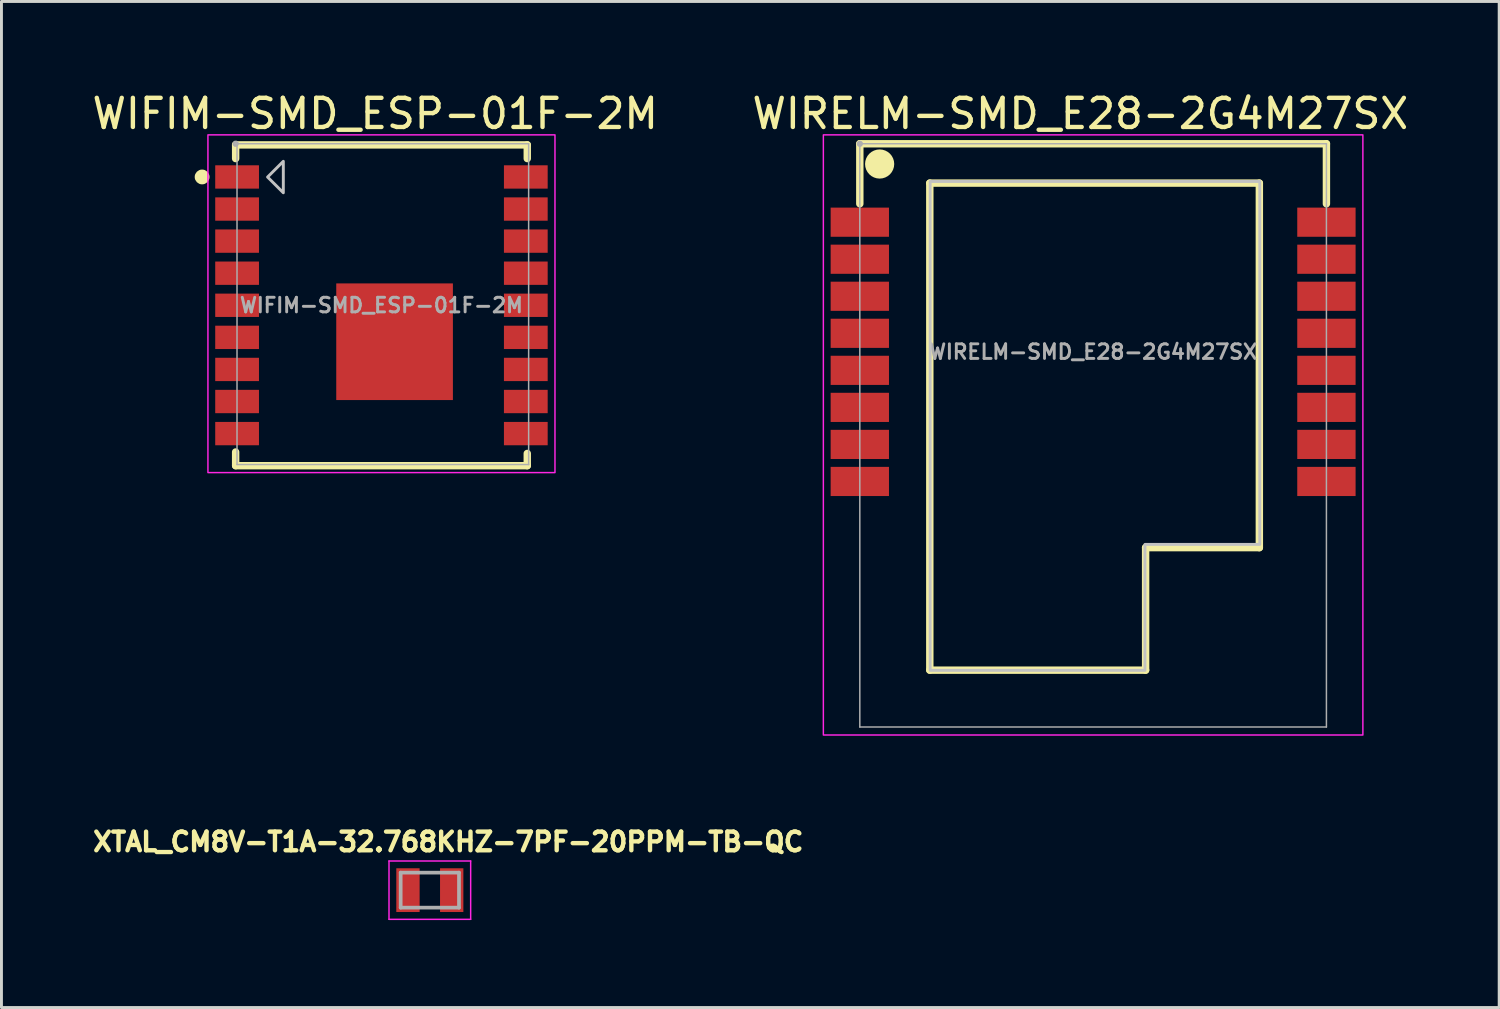
<source format=kicad_pcb>
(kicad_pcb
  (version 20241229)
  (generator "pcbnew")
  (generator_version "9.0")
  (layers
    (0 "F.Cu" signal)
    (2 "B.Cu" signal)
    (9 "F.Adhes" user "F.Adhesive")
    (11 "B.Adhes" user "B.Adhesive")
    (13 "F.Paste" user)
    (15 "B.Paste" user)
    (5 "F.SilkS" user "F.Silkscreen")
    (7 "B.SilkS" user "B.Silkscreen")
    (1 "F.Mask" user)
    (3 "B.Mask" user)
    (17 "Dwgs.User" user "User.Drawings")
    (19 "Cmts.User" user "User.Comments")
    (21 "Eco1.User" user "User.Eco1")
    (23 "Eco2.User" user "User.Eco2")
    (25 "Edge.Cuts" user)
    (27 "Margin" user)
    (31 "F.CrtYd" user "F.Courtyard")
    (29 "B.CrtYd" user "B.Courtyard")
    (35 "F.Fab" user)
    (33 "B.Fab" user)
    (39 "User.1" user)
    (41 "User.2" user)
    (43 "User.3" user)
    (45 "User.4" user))
  (footprint "XTAL_CM8V-T1A-32.768KHZ-7PF-20PPM-TB-QC"
    (layer "F.Cu")
    (at 11.689 27.473)
    (property "Reference" "XTAL_CM8V-T1A-32.768KHZ-7PF-20PPM-TB-QC" (at 0.632 -1.656 0) (layer "F.SilkS") (effects (font (size 0.64 0.64) (thickness 0.15))))
    (attr smd)
    (fp_line (start -1.4 -1) (end -1.4 1) (stroke (width 0.05) (type solid)) (layer "F.CrtYd"))
    (fp_line (start -1.4 1) (end 1.4 1) (stroke (width 0.05) (type solid)) (layer "F.CrtYd"))
    (fp_line (start 1.4 -1) (end -1.4 -1) (stroke (width 0.05) (type solid)) (layer "F.CrtYd"))
    (fp_line (start 1.4 1) (end 1.4 -1) (stroke (width 0.05) (type solid)) (layer "F.CrtYd"))
    (fp_line (start -1 -0.6) (end -1 0.6) (stroke (width 0.127) (type solid)) (layer "F.Fab"))
    (fp_line (start -1 -0.6) (end 1 -0.6) (stroke (width 0.127) (type solid)) (layer "F.Fab"))
    (fp_line (start -1 0.6) (end 1 0.6) (stroke (width 0.127) (type solid)) (layer "F.Fab"))
    (fp_line (start 1 -0.6) (end 1 0.6) (stroke (width 0.127) (type solid)) (layer "F.Fab"))
    (pad "1" smd rect (at -0.75 0) (size 0.8 1.5) (layers "F.Cu" "F.Mask" "F.Paste"))
    (pad "2" smd rect (at 0.75 0) (size 0.8 1.5) (layers "F.Cu" "F.Mask" "F.Paste")))
  (footprint "WIRELM-SMD_E28-2G4M27SX"
    (layer "F.Cu")
    (at 34.433 9.014)
    (property "Reference" "WIRELM-SMD_E28-2G4M27SX" (at -0.439 -8.165 0) (layer "F.SilkS") (effects (font (size 1 1) (thickness 0.15))))
    (fp_line (start -8 -7.135) (end -8 -5.076) (stroke (width 0.254) (type default)) (layer "F.SilkS"))
    (fp_line (start -8 -7.135) (end 8 -7.135) (stroke (width 0.254) (type default)) (layer "F.SilkS"))
    (fp_line (start -5.6 -5.785) (end 5.7 -5.785) (stroke (width 0.254) (type default)) (layer "F.SilkS"))
    (fp_line (start -5.6 10.915) (end -5.6 -5.785) (stroke (width 0.254) (type default)) (layer "F.SilkS"))
    (fp_line (start 1.8 6.715) (end 1.8 10.915) (stroke (width 0.254) (type default)) (layer "F.SilkS"))
    (fp_line (start 1.8 10.915) (end -5.6 10.915) (stroke (width 0.254) (type default)) (layer "F.SilkS"))
    (fp_line (start 5.7 -5.785) (end 5.7 6.715) (stroke (width 0.254) (type default)) (layer "F.SilkS"))
    (fp_line (start 5.7 6.715) (end 1.8 6.715) (stroke (width 0.254) (type default)) (layer "F.SilkS"))
    (fp_line (start 8 -7.135) (end 8 -5.076) (stroke (width 0.254) (type default)) (layer "F.SilkS"))
    (fp_circle (center -7.32 -6.44) (end -7.07 -6.44) (stroke (width 0.5) (type default)) (fill no) (layer "F.SilkS"))
    (fp_poly (pts (xy 1.778 10.922) (xy -5.588 10.922) (xy -5.588 -5.842) (xy 5.715 -5.842) (xy 5.715 6.604) (xy 1.778 6.604)) (stroke (width 0.1) (type default)) (fill no) (layer "Dwgs.User"))
    (fp_rect (start -9.25 -7.44) (end 9.25 13.14) (stroke (width 0.05) (type default)) (fill no) (layer "F.CrtYd"))
    (fp_line (start -8 -7.135) (end 8 -7.135) (stroke (width 0.051) (type default)) (layer "F.Fab"))
    (fp_line (start -8 12.865) (end -8 -7.135) (stroke (width 0.051) (type default)) (layer "F.Fab"))
    (fp_line (start 8 -7.135) (end 8 12.865) (stroke (width 0.051) (type default)) (layer "F.Fab"))
    (fp_line (start 8 12.865) (end -8 12.865) (stroke (width 0.051) (type default)) (layer "F.Fab"))
    (fp_poly (pts (xy -7.945 -7.158) (xy -7.977 -7.19) (xy -8.023 -7.19) (xy -8.055 -7.158) (xy -8.055 -7.112) (xy -8.023 -7.08) (xy -7.977 -7.08) (xy -7.945 -7.112)) (stroke (width 0.1) (type default)) (fill no) (layer "F.Fab"))
    (fp_poly (pts (xy -8 -4.845) (xy -7 -4.845) (xy -7 -4.045) (xy -8 -4.045)) (stroke (width 0.1) (type default)) (fill no) (layer "User.1"))
    (fp_poly (pts (xy -8 -3.575) (xy -7 -3.575) (xy -7 -2.775) (xy -8 -2.775)) (stroke (width 0.1) (type default)) (fill no) (layer "User.1"))
    (fp_poly (pts (xy -8 -2.305) (xy -7 -2.305) (xy -7 -1.505) (xy -8 -1.505)) (stroke (width 0.1) (type default)) (fill no) (layer "User.1"))
    (fp_poly (pts (xy -8 -1.035) (xy -7 -1.035) (xy -7 -0.235) (xy -8 -0.235)) (stroke (width 0.1) (type default)) (fill no) (layer "User.1"))
    (fp_poly (pts (xy -8 0.235) (xy -7 0.235) (xy -7 1.035) (xy -8 1.035)) (stroke (width 0.1) (type default)) (fill no) (layer "User.1"))
    (fp_poly (pts (xy -8 1.505) (xy -7 1.505) (xy -7 2.305) (xy -8 2.305)) (stroke (width 0.1) (type default)) (fill no) (layer "User.1"))
    (fp_poly (pts (xy -8 2.775) (xy -7 2.775) (xy -7 3.575) (xy -8 3.575)) (stroke (width 0.1) (type default)) (fill no) (layer "User.1"))
    (fp_poly (pts (xy -8 4.045) (xy -7 4.045) (xy -7 4.845) (xy -8 4.845)) (stroke (width 0.1) (type default)) (fill no) (layer "User.1"))
    (fp_poly (pts (xy 7 -4.845) (xy 8 -4.845) (xy 8 -4.045) (xy 7 -4.045)) (stroke (width 0.1) (type default)) (fill no) (layer "User.1"))
    (fp_poly (pts (xy 7 -3.575) (xy 8 -3.575) (xy 8 -2.775) (xy 7 -2.775)) (stroke (width 0.1) (type default)) (fill no) (layer "User.1"))
    (fp_poly (pts (xy 7 -2.305) (xy 8 -2.305) (xy 8 -1.505) (xy 7 -1.505)) (stroke (width 0.1) (type default)) (fill no) (layer "User.1"))
    (fp_poly (pts (xy 7 -1.035) (xy 8 -1.035) (xy 8 -0.235) (xy 7 -0.235)) (stroke (width 0.1) (type default)) (fill no) (layer "User.1"))
    (fp_poly (pts (xy 7 0.235) (xy 8 0.235) (xy 8 1.035) (xy 7 1.035)) (stroke (width 0.1) (type default)) (fill no) (layer "User.1"))
    (fp_poly (pts (xy 7 1.505) (xy 8 1.505) (xy 8 2.305) (xy 7 2.305)) (stroke (width 0.1) (type default)) (fill no) (layer "User.1"))
    (fp_poly (pts (xy 7 2.775) (xy 8 2.775) (xy 8 3.575) (xy 7 3.575)) (stroke (width 0.1) (type default)) (fill no) (layer "User.1"))
    (fp_poly (pts (xy 7 4.045) (xy 8 4.045) (xy 8 4.845) (xy 7 4.845)) (stroke (width 0.1) (type default)) (fill no) (layer "User.1"))
    (fp_text user "${REFERENCE}" (at 0 0 0) (layer "F.Fab") (effects (font (size 0.5 0.5) (thickness 0.1))))
    (pad "1" smd rect (at -8 -4.445) (size 2 1) (layers "F.Cu" "F.Mask" "F.Paste"))
    (pad "2" smd rect (at -8 -3.175) (size 2 1) (layers "F.Cu" "F.Mask" "F.Paste"))
    (pad "3" smd rect (at -8 -1.905) (size 2 1) (layers "F.Cu" "F.Mask" "F.Paste"))
    (pad "4" smd rect (at -8 -0.635) (size 2 1) (layers "F.Cu" "F.Mask" "F.Paste"))
    (pad "5" smd rect (at -8 0.635) (size 2 1) (layers "F.Cu" "F.Mask" "F.Paste"))
    (pad "6" smd rect (at -8 1.905) (size 2 1) (layers "F.Cu" "F.Mask" "F.Paste"))
    (pad "7" smd rect (at -8 3.175) (size 2 1) (layers "F.Cu" "F.Mask" "F.Paste"))
    (pad "8" smd rect (at -8 4.445) (size 2 1) (layers "F.Cu" "F.Mask" "F.Paste"))
    (pad "9" smd rect (at 8 4.445) (size 2 1) (layers "F.Cu" "F.Mask" "F.Paste"))
    (pad "10" smd rect (at 8 3.175) (size 2 1) (layers "F.Cu" "F.Mask" "F.Paste"))
    (pad "11" smd rect (at 8 1.905) (size 2 1) (layers "F.Cu" "F.Mask" "F.Paste"))
    (pad "12" smd rect (at 8 0.635) (size 2 1) (layers "F.Cu" "F.Mask" "F.Paste"))
    (pad "13" smd rect (at 8 -0.635) (size 2 1) (layers "F.Cu" "F.Mask" "F.Paste"))
    (pad "14" smd rect (at 8 -1.905) (size 2 1) (layers "F.Cu" "F.Mask" "F.Paste"))
    (pad "15" smd rect (at 8 -3.175) (size 2 1) (layers "F.Cu" "F.Mask" "F.Paste"))
    (pad "16" smd rect (at 8 -4.445) (size 2 1) (layers "F.Cu" "F.Mask" "F.Paste")))
  (footprint "WIFIM-SMD_ESP-01F-2M"
    (layer "F.Cu")
    (at 10.03 7.418)
    (property "Reference" "WIFIM-SMD_ESP-01F-2M" (at -0.214 -6.569 0) (layer "F.SilkS") (effects (font (size 1 1) (thickness 0.15))))
    (fp_line (start -5 -5.5) (end -5 -5.031) (stroke (width 0.254) (type default)) (layer "F.SilkS"))
    (fp_line (start -5 -5.5) (end 5 -5.5) (stroke (width 0.254) (type default)) (layer "F.SilkS"))
    (fp_line (start -5 5.031) (end -5 5.5) (stroke (width 0.254) (type default)) (layer "F.SilkS"))
    (fp_line (start -5 5.5) (end 5 5.5) (stroke (width 0.254) (type default)) (layer "F.SilkS"))
    (fp_line (start 5 -5.5) (end 5 -5.031) (stroke (width 0.254) (type default)) (layer "F.SilkS"))
    (fp_line (start 5 5.081) (end 5 5.5) (stroke (width 0.254) (type default)) (layer "F.SilkS"))
    (fp_circle (center -6.15 -4.4) (end -6.023 -4.4) (stroke (width 0.254) (type default)) (fill no) (layer "F.SilkS"))
    (fp_poly (pts (xy -3.365 -4.936) (xy -3.365 -3.858) (xy -3.905 -4.397)) (stroke (width 0.1) (type default)) (fill no) (layer "Dwgs.User"))
    (fp_rect (start -5.95 -5.844) (end 5.95 5.737) (stroke (width 0.05) (type default)) (fill no) (layer "F.CrtYd"))
    (fp_line (start -4.953 -5.539) (end 5.047 -5.539) (stroke (width 0.051) (type default)) (layer "F.Fab"))
    (fp_line (start -4.953 5.461) (end -4.953 -5.539) (stroke (width 0.051) (type default)) (layer "F.Fab"))
    (fp_line (start 5.047 -5.539) (end 5.047 5.461) (stroke (width 0.051) (type default)) (layer "F.Fab"))
    (fp_line (start 5.047 5.461) (end -4.953 5.461) (stroke (width 0.051) (type default)) (layer "F.Fab"))
    (fp_poly (pts (xy -4.945 -5.562) (xy -4.977 -5.594) (xy -5.023 -5.594) (xy -5.055 -5.562) (xy -5.055 -5.516) (xy -5.023 -5.484) (xy -4.977 -5.484) (xy -4.945 -5.516)) (stroke (width 0.1) (type default)) (fill no) (layer "F.Fab"))
    (fp_poly (pts (xy -5 -4.75) (xy -4.3 -4.75) (xy -4.3 -4.05) (xy -5 -4.05)) (stroke (width 0.1) (type default)) (fill no) (layer "User.1"))
    (fp_poly (pts (xy -5 -3.65) (xy -4.3 -3.65) (xy -4.3 -2.95) (xy -5 -2.95)) (stroke (width 0.1) (type default)) (fill no) (layer "User.1"))
    (fp_poly (pts (xy -5 -2.55) (xy -4.3 -2.55) (xy -4.3 -1.85) (xy -5 -1.85)) (stroke (width 0.1) (type default)) (fill no) (layer "User.1"))
    (fp_poly (pts (xy -5 -1.45) (xy -4.3 -1.45) (xy -4.3 -0.75) (xy -5 -0.75)) (stroke (width 0.1) (type default)) (fill no) (layer "User.1"))
    (fp_poly (pts (xy -5 -0.35) (xy -4.3 -0.35) (xy -4.3 0.35) (xy -5 0.35)) (stroke (width 0.1) (type default)) (fill no) (layer "User.1"))
    (fp_poly (pts (xy -5 0.75) (xy -4.3 0.75) (xy -4.3 1.45) (xy -5 1.45)) (stroke (width 0.1) (type default)) (fill no) (layer "User.1"))
    (fp_poly (pts (xy -5 1.85) (xy -4.3 1.85) (xy -4.3 2.55) (xy -5 2.55)) (stroke (width 0.1) (type default)) (fill no) (layer "User.1"))
    (fp_poly (pts (xy -5 2.95) (xy -4.3 2.95) (xy -4.3 3.65) (xy -5 3.65)) (stroke (width 0.1) (type default)) (fill no) (layer "User.1"))
    (fp_poly (pts (xy -5 4.05) (xy -4.3 4.05) (xy -4.3 4.75) (xy -5 4.75)) (stroke (width 0.1) (type default)) (fill no) (layer "User.1"))
    (fp_poly (pts (xy -1.3 -0.5) (xy 2.2 -0.5) (xy 2.2 3) (xy -1.3 3)) (stroke (width 0.1) (type default)) (fill no) (layer "User.1"))
    (fp_poly (pts (xy 4.3 -4.75) (xy 5 -4.75) (xy 5 -4.05) (xy 4.3 -4.05)) (stroke (width 0.1) (type default)) (fill no) (layer "User.1"))
    (fp_poly (pts (xy 5 -2.95) (xy 4.3 -2.95) (xy 4.3 -3.65) (xy 5 -3.65)) (stroke (width 0.1) (type default)) (fill no) (layer "User.1"))
    (fp_poly (pts (xy 5 -1.85) (xy 4.3 -1.85) (xy 4.3 -2.55) (xy 5 -2.55)) (stroke (width 0.1) (type default)) (fill no) (layer "User.1"))
    (fp_poly (pts (xy 5 -0.75) (xy 4.3 -0.75) (xy 4.3 -1.45) (xy 5 -1.45)) (stroke (width 0.1) (type default)) (fill no) (layer "User.1"))
    (fp_poly (pts (xy 5 0.35) (xy 4.3 0.35) (xy 4.3 -0.35) (xy 5 -0.35)) (stroke (width 0.1) (type default)) (fill no) (layer "User.1"))
    (fp_poly (pts (xy 5 1.45) (xy 4.3 1.45) (xy 4.3 0.75) (xy 5 0.75)) (stroke (width 0.1) (type default)) (fill no) (layer "User.1"))
    (fp_poly (pts (xy 5 2.55) (xy 4.3 2.55) (xy 4.3 1.85) (xy 5 1.85)) (stroke (width 0.1) (type default)) (fill no) (layer "User.1"))
    (fp_poly (pts (xy 5 3.65) (xy 4.3 3.65) (xy 4.3 2.95) (xy 5 2.95)) (stroke (width 0.1) (type default)) (fill no) (layer "User.1"))
    (fp_poly (pts (xy 5 4.75) (xy 4.3 4.75) (xy 4.3 4.05) (xy 5 4.05)) (stroke (width 0.1) (type default)) (fill no) (layer "User.1"))
    (fp_text user "${REFERENCE}" (at 0 0 0) (layer "F.Fab") (effects (font (size 0.5 0.5) (thickness 0.1))))
    (pad "1" smd rect (at -4.95 -4.4) (size 1.5 0.8) (layers "F.Cu" "F.Mask" "F.Paste"))
    (pad "2" smd rect (at -4.95 -3.3) (size 1.5 0.8) (layers "F.Cu" "F.Mask" "F.Paste"))
    (pad "3" smd rect (at -4.95 -2.2) (size 1.5 0.8) (layers "F.Cu" "F.Mask" "F.Paste"))
    (pad "4" smd rect (at -4.95 -1.1) (size 1.5 0.8) (layers "F.Cu" "F.Mask" "F.Paste"))
    (pad "5" smd rect (at -4.95 0) (size 1.5 0.8) (layers "F.Cu" "F.Mask" "F.Paste"))
    (pad "6" smd rect (at -4.95 1.1) (size 1.5 0.8) (layers "F.Cu" "F.Mask" "F.Paste"))
    (pad "7" smd rect (at -4.95 2.2) (size 1.5 0.8) (layers "F.Cu" "F.Mask" "F.Paste"))
    (pad "8" smd rect (at -4.95 3.3) (size 1.5 0.8) (layers "F.Cu" "F.Mask" "F.Paste"))
    (pad "9" smd rect (at -4.95 4.4) (size 1.5 0.8) (layers "F.Cu" "F.Mask" "F.Paste"))
    (pad "10" smd rect (at 4.95 4.4 180) (size 1.5 0.8) (layers "F.Cu" "F.Mask" "F.Paste"))
    (pad "11" smd rect (at 4.95 3.3 180) (size 1.5 0.8) (layers "F.Cu" "F.Mask" "F.Paste"))
    (pad "12" smd rect (at 4.95 2.2 180) (size 1.5 0.8) (layers "F.Cu" "F.Mask" "F.Paste"))
    (pad "13" smd rect (at 4.95 1.1 180) (size 1.5 0.8) (layers "F.Cu" "F.Mask" "F.Paste"))
    (pad "14" smd rect (at 4.95 0 180) (size 1.5 0.8) (layers "F.Cu" "F.Mask" "F.Paste"))
    (pad "15" smd rect (at 4.95 -1.1 180) (size 1.5 0.8) (layers "F.Cu" "F.Mask" "F.Paste"))
    (pad "16" smd rect (at 4.95 -2.2 180) (size 1.5 0.8) (layers "F.Cu" "F.Mask" "F.Paste"))
    (pad "17" smd rect (at 4.95 -3.3 180) (size 1.5 0.8) (layers "F.Cu" "F.Mask" "F.Paste"))
    (pad "18" smd rect (at 4.95 -4.4) (size 1.5 0.8) (layers "F.Cu" "F.Mask" "F.Paste"))
    (pad "19" smd rect (at 0.45 1.25) (size 4 4) (layers "F.Cu" "F.Mask" "F.Paste")))
  (gr_rect
    (start -3 -3)
    (end 48.357 31.498)
    (stroke (width 0.1) (type default))
    (fill no)
    (layer "Edge.Cuts")))
</source>
